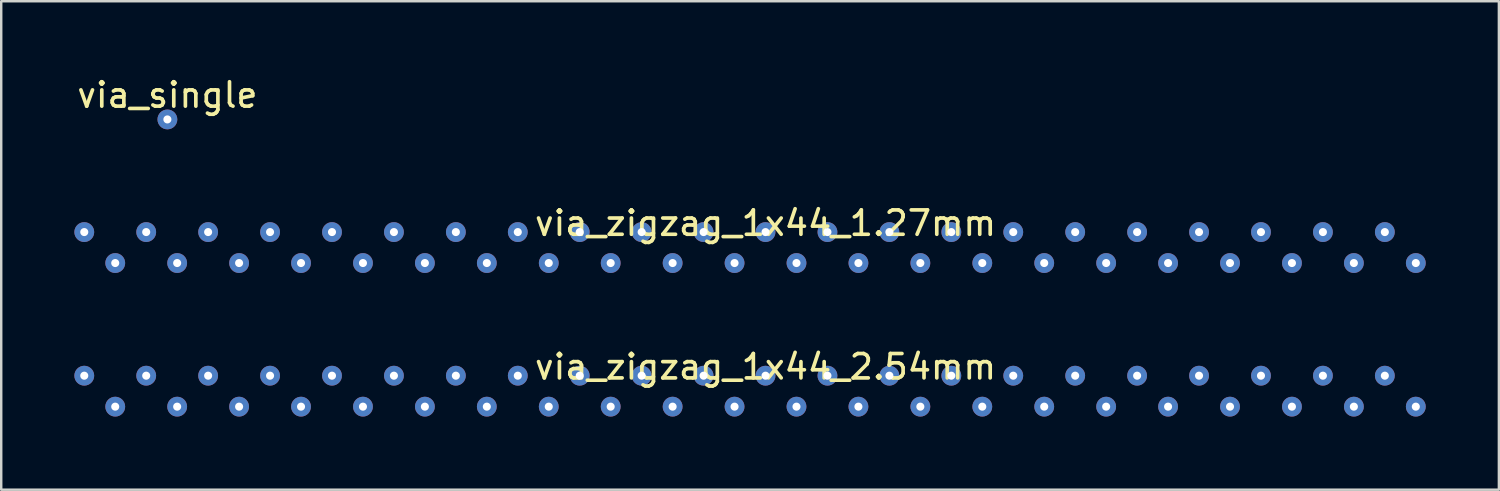
<source format=kicad_pcb>
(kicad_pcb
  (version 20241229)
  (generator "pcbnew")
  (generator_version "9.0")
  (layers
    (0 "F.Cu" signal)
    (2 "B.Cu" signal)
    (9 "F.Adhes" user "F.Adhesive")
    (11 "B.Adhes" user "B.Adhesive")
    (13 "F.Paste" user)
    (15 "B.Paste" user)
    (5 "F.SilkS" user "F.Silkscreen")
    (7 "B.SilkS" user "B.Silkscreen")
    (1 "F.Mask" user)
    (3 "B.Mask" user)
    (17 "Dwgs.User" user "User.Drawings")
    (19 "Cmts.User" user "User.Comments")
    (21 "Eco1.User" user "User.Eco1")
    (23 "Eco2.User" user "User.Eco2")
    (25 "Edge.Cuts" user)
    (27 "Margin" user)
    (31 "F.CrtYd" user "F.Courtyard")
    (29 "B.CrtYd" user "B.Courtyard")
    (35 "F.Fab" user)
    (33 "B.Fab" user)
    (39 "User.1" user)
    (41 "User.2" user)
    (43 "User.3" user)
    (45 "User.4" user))
  (footprint "via_single"
    (layer "F.Cu")
    (at 3.815 1.848)
    (property "Reference" "via_single" (at 0 -1 0) (layer "F.SilkS") (effects (font (size 1 1) (thickness 0.15))))
    (attr through_hole)
    (pad "1" thru_hole circle (at 0 0) (size 0.813 0.813) (drill 0.33) (layers "*.Cu")))
  (footprint "via_zigzag_1x44_2.54mm"
    (layer "F.Cu")
    (at 28.346 12.993)
    (property "Reference" "via_zigzag_1x44_2.54mm" (at 0 -1 0) (layer "F.SilkS") (effects (font (size 1 1) (thickness 0.15))))
    (attr through_hole)
    (pad "1" thru_hole circle (at -27.94 -0.635) (size 0.813 0.813) (drill 0.33) (layers "*.Cu"))
    (pad "2" thru_hole circle (at -26.67 0.635) (size 0.813 0.813) (drill 0.33) (layers "*.Cu"))
    (pad "3" thru_hole circle (at -25.4 -0.635) (size 0.813 0.813) (drill 0.33) (layers "*.Cu"))
    (pad "4" thru_hole circle (at -24.13 0.635) (size 0.813 0.813) (drill 0.33) (layers "*.Cu"))
    (pad "5" thru_hole circle (at -22.86 -0.635) (size 0.813 0.813) (drill 0.33) (layers "*.Cu"))
    (pad "6" thru_hole circle (at -21.59 0.635) (size 0.813 0.813) (drill 0.33) (layers "*.Cu"))
    (pad "7" thru_hole circle (at -20.32 -0.635) (size 0.813 0.813) (drill 0.33) (layers "*.Cu"))
    (pad "8" thru_hole circle (at -19.05 0.635) (size 0.813 0.813) (drill 0.33) (layers "*.Cu"))
    (pad "9" thru_hole circle (at -17.78 -0.635) (size 0.813 0.813) (drill 0.33) (layers "*.Cu"))
    (pad "10" thru_hole circle (at -16.51 0.635) (size 0.813 0.813) (drill 0.33) (layers "*.Cu"))
    (pad "11" thru_hole circle (at -15.24 -0.635) (size 0.813 0.813) (drill 0.33) (layers "*.Cu"))
    (pad "12" thru_hole circle (at -13.97 0.635) (size 0.813 0.813) (drill 0.33) (layers "*.Cu"))
    (pad "13" thru_hole circle (at -12.7 -0.635) (size 0.813 0.813) (drill 0.33) (layers "*.Cu"))
    (pad "14" thru_hole circle (at -11.43 0.635) (size 0.813 0.813) (drill 0.33) (layers "*.Cu"))
    (pad "15" thru_hole circle (at -10.16 -0.635) (size 0.813 0.813) (drill 0.33) (layers "*.Cu"))
    (pad "16" thru_hole circle (at -8.89 0.635) (size 0.813 0.813) (drill 0.33) (layers "*.Cu"))
    (pad "17" thru_hole circle (at -7.62 -0.635) (size 0.813 0.813) (drill 0.33) (layers "*.Cu"))
    (pad "18" thru_hole circle (at -6.35 0.635) (size 0.813 0.813) (drill 0.33) (layers "*.Cu"))
    (pad "19" thru_hole circle (at -5.08 -0.635) (size 0.813 0.813) (drill 0.33) (layers "*.Cu"))
    (pad "20" thru_hole circle (at -3.81 0.635) (size 0.813 0.813) (drill 0.33) (layers "*.Cu"))
    (pad "21" thru_hole circle (at -2.54 -0.635) (size 0.813 0.813) (drill 0.33) (layers "*.Cu"))
    (pad "22" thru_hole circle (at -1.27 0.635) (size 0.813 0.813) (drill 0.33) (layers "*.Cu"))
    (pad "23" thru_hole circle (at 0 -0.635) (size 0.813 0.813) (drill 0.33) (layers "*.Cu"))
    (pad "24" thru_hole circle (at 1.27 0.635) (size 0.813 0.813) (drill 0.33) (layers "*.Cu"))
    (pad "25" thru_hole circle (at 2.54 -0.635) (size 0.813 0.813) (drill 0.33) (layers "*.Cu"))
    (pad "26" thru_hole circle (at 3.81 0.635) (size 0.813 0.813) (drill 0.33) (layers "*.Cu"))
    (pad "27" thru_hole circle (at 5.08 -0.635) (size 0.813 0.813) (drill 0.33) (layers "*.Cu"))
    (pad "28" thru_hole circle (at 6.35 0.635) (size 0.813 0.813) (drill 0.33) (layers "*.Cu"))
    (pad "29" thru_hole circle (at 7.62 -0.635) (size 0.813 0.813) (drill 0.33) (layers "*.Cu"))
    (pad "30" thru_hole circle (at 8.89 0.635) (size 0.813 0.813) (drill 0.33) (layers "*.Cu"))
    (pad "31" thru_hole circle (at 10.16 -0.635) (size 0.813 0.813) (drill 0.33) (layers "*.Cu"))
    (pad "32" thru_hole circle (at 11.43 0.635) (size 0.813 0.813) (drill 0.33) (layers "*.Cu"))
    (pad "33" thru_hole circle (at 12.7 -0.635) (size 0.813 0.813) (drill 0.33) (layers "*.Cu"))
    (pad "34" thru_hole circle (at 13.97 0.635) (size 0.813 0.813) (drill 0.33) (layers "*.Cu"))
    (pad "35" thru_hole circle (at 15.24 -0.635) (size 0.813 0.813) (drill 0.33) (layers "*.Cu"))
    (pad "36" thru_hole circle (at 16.51 0.635) (size 0.813 0.813) (drill 0.33) (layers "*.Cu"))
    (pad "37" thru_hole circle (at 17.78 -0.635) (size 0.813 0.813) (drill 0.33) (layers "*.Cu"))
    (pad "38" thru_hole circle (at 19.05 0.635) (size 0.813 0.813) (drill 0.33) (layers "*.Cu"))
    (pad "39" thru_hole circle (at 20.32 -0.635) (size 0.813 0.813) (drill 0.33) (layers "*.Cu"))
    (pad "40" thru_hole circle (at 21.59 0.635) (size 0.813 0.813) (drill 0.33) (layers "*.Cu"))
    (pad "41" thru_hole circle (at 22.86 -0.635) (size 0.813 0.813) (drill 0.33) (layers "*.Cu"))
    (pad "42" thru_hole circle (at 24.13 0.635) (size 0.813 0.813) (drill 0.33) (layers "*.Cu"))
    (pad "43" thru_hole circle (at 25.4 -0.635) (size 0.813 0.813) (drill 0.33) (layers "*.Cu"))
    (pad "44" thru_hole circle (at 26.67 0.635) (size 0.813 0.813) (drill 0.33) (layers "*.Cu")))
  (footprint "via_zigzag_1x44_1.27mm"
    (layer "F.Cu")
    (at 28.346 7.103)
    (property "Reference" "via_zigzag_1x44_1.27mm" (at 0 -1 0) (layer "F.SilkS") (effects (font (size 1 1) (thickness 0.15))))
    (attr through_hole)
    (pad "1" thru_hole circle (at -27.94 -0.635) (size 0.813 0.813) (drill 0.33) (layers "*.Cu"))
    (pad "2" thru_hole circle (at -26.67 0.635) (size 0.813 0.813) (drill 0.33) (layers "*.Cu"))
    (pad "3" thru_hole circle (at -25.4 -0.635) (size 0.813 0.813) (drill 0.33) (layers "*.Cu"))
    (pad "4" thru_hole circle (at -24.13 0.635) (size 0.813 0.813) (drill 0.33) (layers "*.Cu"))
    (pad "5" thru_hole circle (at -22.86 -0.635) (size 0.813 0.813) (drill 0.33) (layers "*.Cu"))
    (pad "6" thru_hole circle (at -21.59 0.635) (size 0.813 0.813) (drill 0.33) (layers "*.Cu"))
    (pad "7" thru_hole circle (at -20.32 -0.635) (size 0.813 0.813) (drill 0.33) (layers "*.Cu"))
    (pad "8" thru_hole circle (at -19.05 0.635) (size 0.813 0.813) (drill 0.33) (layers "*.Cu"))
    (pad "9" thru_hole circle (at -17.78 -0.635) (size 0.813 0.813) (drill 0.33) (layers "*.Cu"))
    (pad "10" thru_hole circle (at -16.51 0.635) (size 0.813 0.813) (drill 0.33) (layers "*.Cu"))
    (pad "11" thru_hole circle (at -15.24 -0.635) (size 0.813 0.813) (drill 0.33) (layers "*.Cu"))
    (pad "12" thru_hole circle (at -13.97 0.635) (size 0.813 0.813) (drill 0.33) (layers "*.Cu"))
    (pad "13" thru_hole circle (at -12.7 -0.635) (size 0.813 0.813) (drill 0.33) (layers "*.Cu"))
    (pad "14" thru_hole circle (at -11.43 0.635) (size 0.813 0.813) (drill 0.33) (layers "*.Cu"))
    (pad "15" thru_hole circle (at -10.16 -0.635) (size 0.813 0.813) (drill 0.33) (layers "*.Cu"))
    (pad "16" thru_hole circle (at -8.89 0.635) (size 0.813 0.813) (drill 0.33) (layers "*.Cu"))
    (pad "17" thru_hole circle (at -7.62 -0.635) (size 0.813 0.813) (drill 0.33) (layers "*.Cu"))
    (pad "18" thru_hole circle (at -6.35 0.635) (size 0.813 0.813) (drill 0.33) (layers "*.Cu"))
    (pad "19" thru_hole circle (at -5.08 -0.635) (size 0.813 0.813) (drill 0.33) (layers "*.Cu"))
    (pad "20" thru_hole circle (at -3.81 0.635) (size 0.813 0.813) (drill 0.33) (layers "*.Cu"))
    (pad "21" thru_hole circle (at -2.54 -0.635) (size 0.813 0.813) (drill 0.33) (layers "*.Cu"))
    (pad "22" thru_hole circle (at -1.27 0.635) (size 0.813 0.813) (drill 0.33) (layers "*.Cu"))
    (pad "23" thru_hole circle (at 0 -0.635) (size 0.813 0.813) (drill 0.33) (layers "*.Cu"))
    (pad "24" thru_hole circle (at 1.27 0.635) (size 0.813 0.813) (drill 0.33) (layers "*.Cu"))
    (pad "25" thru_hole circle (at 2.54 -0.635) (size 0.813 0.813) (drill 0.33) (layers "*.Cu"))
    (pad "26" thru_hole circle (at 3.81 0.635) (size 0.813 0.813) (drill 0.33) (layers "*.Cu"))
    (pad "27" thru_hole circle (at 5.08 -0.635) (size 0.813 0.813) (drill 0.33) (layers "*.Cu"))
    (pad "28" thru_hole circle (at 6.35 0.635) (size 0.813 0.813) (drill 0.33) (layers "*.Cu"))
    (pad "29" thru_hole circle (at 7.62 -0.635) (size 0.813 0.813) (drill 0.33) (layers "*.Cu"))
    (pad "30" thru_hole circle (at 8.89 0.635) (size 0.813 0.813) (drill 0.33) (layers "*.Cu"))
    (pad "31" thru_hole circle (at 10.16 -0.635) (size 0.813 0.813) (drill 0.33) (layers "*.Cu"))
    (pad "32" thru_hole circle (at 11.43 0.635) (size 0.813 0.813) (drill 0.33) (layers "*.Cu"))
    (pad "33" thru_hole circle (at 12.7 -0.635) (size 0.813 0.813) (drill 0.33) (layers "*.Cu"))
    (pad "34" thru_hole circle (at 13.97 0.635) (size 0.813 0.813) (drill 0.33) (layers "*.Cu"))
    (pad "35" thru_hole circle (at 15.24 -0.635) (size 0.813 0.813) (drill 0.33) (layers "*.Cu"))
    (pad "36" thru_hole circle (at 16.51 0.635) (size 0.813 0.813) (drill 0.33) (layers "*.Cu"))
    (pad "37" thru_hole circle (at 17.78 -0.635) (size 0.813 0.813) (drill 0.33) (layers "*.Cu"))
    (pad "38" thru_hole circle (at 19.05 0.635) (size 0.813 0.813) (drill 0.33) (layers "*.Cu"))
    (pad "39" thru_hole circle (at 20.32 -0.635) (size 0.813 0.813) (drill 0.33) (layers "*.Cu"))
    (pad "40" thru_hole circle (at 21.59 0.635) (size 0.813 0.813) (drill 0.33) (layers "*.Cu"))
    (pad "41" thru_hole circle (at 22.86 -0.635) (size 0.813 0.813) (drill 0.33) (layers "*.Cu"))
    (pad "42" thru_hole circle (at 24.13 0.635) (size 0.813 0.813) (drill 0.33) (layers "*.Cu"))
    (pad "43" thru_hole circle (at 25.4 -0.635) (size 0.813 0.813) (drill 0.33) (layers "*.Cu"))
    (pad "44" thru_hole circle (at 26.67 0.635) (size 0.813 0.813) (drill 0.33) (layers "*.Cu")))
  (gr_rect
    (start -3 -3)
    (end 58.423 17.034)
    (stroke (width 0.1) (type default))
    (fill no)
    (layer "Edge.Cuts")))
</source>
